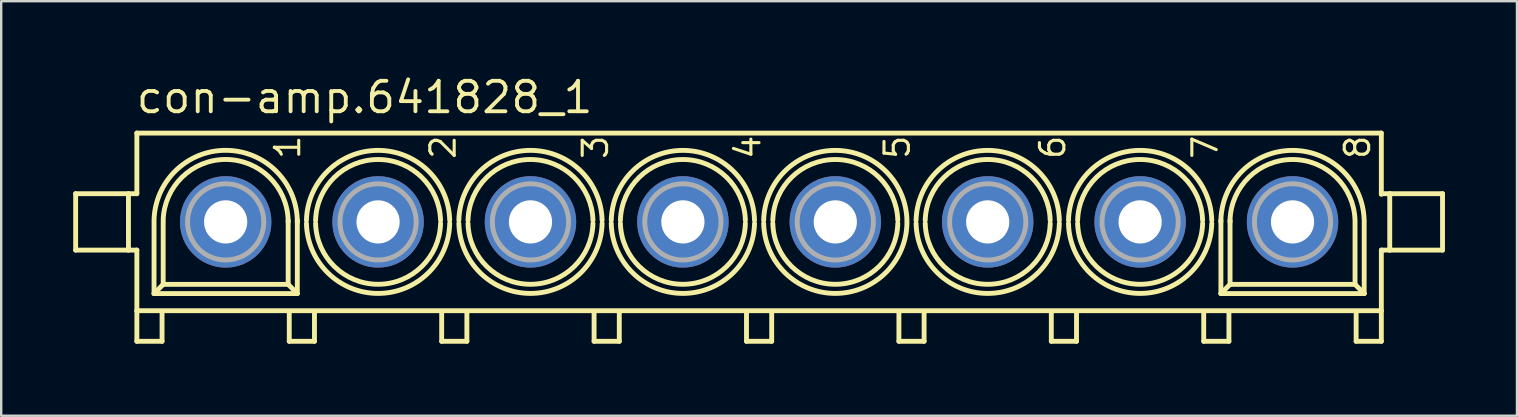
<source format=kicad_pcb>
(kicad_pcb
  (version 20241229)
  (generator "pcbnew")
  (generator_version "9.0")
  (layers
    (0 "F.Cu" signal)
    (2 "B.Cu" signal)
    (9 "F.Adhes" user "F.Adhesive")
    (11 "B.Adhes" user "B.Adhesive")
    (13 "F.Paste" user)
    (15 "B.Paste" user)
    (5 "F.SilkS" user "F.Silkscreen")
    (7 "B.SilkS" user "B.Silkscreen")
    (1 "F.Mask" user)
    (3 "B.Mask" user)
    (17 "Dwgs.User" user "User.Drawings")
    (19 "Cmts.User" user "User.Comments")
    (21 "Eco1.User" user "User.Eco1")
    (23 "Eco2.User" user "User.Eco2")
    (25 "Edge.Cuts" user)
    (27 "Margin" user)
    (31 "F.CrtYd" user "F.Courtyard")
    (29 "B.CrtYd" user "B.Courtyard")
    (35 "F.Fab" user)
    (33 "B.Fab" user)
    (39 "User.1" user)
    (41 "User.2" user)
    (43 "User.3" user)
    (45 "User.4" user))
  (footprint "con-amp.641828_1"
    (layer "F.Cu")
    (at 28.577 6.195)
    (property "Reference" "con-amp.641828_1" (at -26.035 -4.445 0) (layer "F.SilkS") (effects (font (size 1.27 1.27) (thickness 0.16)) (justify left bottom)))
    (attr through_hole)
    (fp_line (start -28.475 -1.175) (end -28.475 1.175) (stroke (width 0.203) (type default)) (layer "F.SilkS"))
    (fp_line (start -28.475 1.175) (end -26.3 1.175) (stroke (width 0.203) (type default)) (layer "F.SilkS"))
    (fp_line (start -26.3 -1.175) (end -28.475 -1.175) (stroke (width 0.203) (type default)) (layer "F.SilkS"))
    (fp_line (start -26.275 -1.175) (end -25.925 -1.175) (stroke (width 0.203) (type default)) (layer "F.SilkS"))
    (fp_line (start -26.275 1.175) (end -26.275 -1.175) (stroke (width 0.203) (type default)) (layer "F.SilkS"))
    (fp_line (start -25.925 -3.7) (end 25.925 -3.7) (stroke (width 0.203) (type default)) (layer "F.SilkS"))
    (fp_line (start -25.925 -1.175) (end -25.925 -3.7) (stroke (width 0.203) (type default)) (layer "F.SilkS"))
    (fp_line (start -25.925 1.175) (end -26.275 1.175) (stroke (width 0.203) (type default)) (layer "F.SilkS"))
    (fp_line (start -25.925 3.7) (end -25.925 1.175) (stroke (width 0.203) (type default)) (layer "F.SilkS"))
    (fp_line (start -25.925 3.725) (end -25.925 4.975) (stroke (width 0.203) (type default)) (layer "F.SilkS"))
    (fp_line (start -25.925 4.975) (end -24.875 4.975) (stroke (width 0.203) (type default)) (layer "F.SilkS"))
    (fp_line (start -25.209 2.985) (end -25.209 0) (stroke (width 0.203) (type default)) (layer "F.SilkS"))
    (fp_line (start -24.875 4.975) (end -24.875 3.8) (stroke (width 0.203) (type default)) (layer "F.SilkS"))
    (fp_line (start -24.828 2.604) (end -25.209 2.985) (stroke (width 0.203) (type default)) (layer "F.SilkS"))
    (fp_line (start -24.828 2.604) (end -24.828 0) (stroke (width 0.203) (type default)) (layer "F.SilkS"))
    (fp_line (start -19.622 -0.064) (end -19.622 0) (stroke (width 0.203) (type default)) (layer "F.SilkS"))
    (fp_line (start -19.621 0) (end -19.621 2.604) (stroke (width 0.203) (type default)) (layer "F.SilkS"))
    (fp_line (start -19.621 2.604) (end -24.828 2.604) (stroke (width 0.203) (type default)) (layer "F.SilkS"))
    (fp_line (start -19.621 2.604) (end -19.24 2.985) (stroke (width 0.203) (type default)) (layer "F.SilkS"))
    (fp_line (start -19.575 4.975) (end -19.575 3.775) (stroke (width 0.203) (type default)) (layer "F.SilkS"))
    (fp_line (start -19.241 -0.064) (end -19.241 0) (stroke (width 0.203) (type default)) (layer "F.SilkS"))
    (fp_line (start -19.24 0) (end -19.241 0) (stroke (width 0.203) (type default)) (layer "F.SilkS"))
    (fp_line (start -19.24 0) (end -19.24 2.985) (stroke (width 0.203) (type default)) (layer "F.SilkS"))
    (fp_line (start -19.24 2.985) (end -25.209 2.985) (stroke (width 0.203) (type default)) (layer "F.SilkS"))
    (fp_line (start -18.525 3.775) (end -18.525 4.975) (stroke (width 0.203) (type default)) (layer "F.SilkS"))
    (fp_line (start -18.525 4.975) (end -19.575 4.975) (stroke (width 0.203) (type default)) (layer "F.SilkS"))
    (fp_line (start -13.225 4.975) (end -13.225 3.775) (stroke (width 0.203) (type default)) (layer "F.SilkS"))
    (fp_line (start -12.175 3.775) (end -12.175 4.975) (stroke (width 0.203) (type default)) (layer "F.SilkS"))
    (fp_line (start -12.175 4.975) (end -13.225 4.975) (stroke (width 0.203) (type default)) (layer "F.SilkS"))
    (fp_line (start -6.875 4.975) (end -6.875 3.775) (stroke (width 0.203) (type default)) (layer "F.SilkS"))
    (fp_line (start -5.825 3.775) (end -5.825 4.975) (stroke (width 0.203) (type default)) (layer "F.SilkS"))
    (fp_line (start -5.825 4.975) (end -6.875 4.975) (stroke (width 0.203) (type default)) (layer "F.SilkS"))
    (fp_line (start -0.525 4.975) (end -0.525 3.775) (stroke (width 0.203) (type default)) (layer "F.SilkS"))
    (fp_line (start 0.525 3.775) (end 0.525 4.975) (stroke (width 0.203) (type default)) (layer "F.SilkS"))
    (fp_line (start 0.525 4.975) (end -0.525 4.975) (stroke (width 0.203) (type default)) (layer "F.SilkS"))
    (fp_line (start 5.825 4.975) (end 5.825 3.775) (stroke (width 0.203) (type default)) (layer "F.SilkS"))
    (fp_line (start 6.16 0) (end 6.159 0) (stroke (width 0.203) (type default)) (layer "F.SilkS"))
    (fp_line (start 6.875 3.775) (end 6.875 4.975) (stroke (width 0.203) (type default)) (layer "F.SilkS"))
    (fp_line (start 6.875 4.975) (end 5.825 4.975) (stroke (width 0.203) (type default)) (layer "F.SilkS"))
    (fp_line (start 12.175 4.975) (end 12.175 3.775) (stroke (width 0.203) (type default)) (layer "F.SilkS"))
    (fp_line (start 13.225 3.775) (end 13.225 4.975) (stroke (width 0.203) (type default)) (layer "F.SilkS"))
    (fp_line (start 13.225 4.975) (end 12.175 4.975) (stroke (width 0.203) (type default)) (layer "F.SilkS"))
    (fp_line (start 18.525 4.975) (end 18.525 3.775) (stroke (width 0.203) (type default)) (layer "F.SilkS"))
    (fp_line (start 19.24 0) (end 19.24 -0.064) (stroke (width 0.203) (type default)) (layer "F.SilkS"))
    (fp_line (start 19.241 2.985) (end 19.241 0) (stroke (width 0.203) (type default)) (layer "F.SilkS"))
    (fp_line (start 19.575 3.775) (end 19.575 4.975) (stroke (width 0.203) (type default)) (layer "F.SilkS"))
    (fp_line (start 19.575 4.975) (end 18.525 4.975) (stroke (width 0.203) (type default)) (layer "F.SilkS"))
    (fp_line (start 19.621 0) (end 19.621 -0.064) (stroke (width 0.203) (type default)) (layer "F.SilkS"))
    (fp_line (start 19.622 2.604) (end 19.241 2.985) (stroke (width 0.203) (type default)) (layer "F.SilkS"))
    (fp_line (start 19.622 2.604) (end 19.622 0) (stroke (width 0.203) (type default)) (layer "F.SilkS"))
    (fp_line (start 24.829 0) (end 24.829 2.604) (stroke (width 0.203) (type default)) (layer "F.SilkS"))
    (fp_line (start 24.829 2.604) (end 19.622 2.604) (stroke (width 0.203) (type default)) (layer "F.SilkS"))
    (fp_line (start 24.829 2.604) (end 25.21 2.985) (stroke (width 0.203) (type default)) (layer "F.SilkS"))
    (fp_line (start 24.875 4.975) (end 24.875 3.825) (stroke (width 0.203) (type default)) (layer "F.SilkS"))
    (fp_line (start 25.21 0) (end 25.21 2.985) (stroke (width 0.203) (type default)) (layer "F.SilkS"))
    (fp_line (start 25.21 2.985) (end 19.241 2.985) (stroke (width 0.203) (type default)) (layer "F.SilkS"))
    (fp_line (start 25.925 -3.7) (end 25.925 -1.175) (stroke (width 0.203) (type default)) (layer "F.SilkS"))
    (fp_line (start 25.925 -1.175) (end 25.925 -1.15) (stroke (width 0.203) (type default)) (layer "F.SilkS"))
    (fp_line (start 25.925 -1.175) (end 26.275 -1.175) (stroke (width 0.203) (type default)) (layer "F.SilkS"))
    (fp_line (start 25.925 1.175) (end 25.925 3.7) (stroke (width 0.203) (type default)) (layer "F.SilkS"))
    (fp_line (start 25.925 3.7) (end -25.925 3.7) (stroke (width 0.203) (type default)) (layer "F.SilkS"))
    (fp_line (start 25.925 3.75) (end 25.925 4.975) (stroke (width 0.203) (type default)) (layer "F.SilkS"))
    (fp_line (start 25.925 4.975) (end 24.875 4.975) (stroke (width 0.203) (type default)) (layer "F.SilkS"))
    (fp_line (start 26.275 -1.175) (end 26.275 1.175) (stroke (width 0.203) (type default)) (layer "F.SilkS"))
    (fp_line (start 26.275 1.175) (end 25.925 1.175) (stroke (width 0.203) (type default)) (layer "F.SilkS"))
    (fp_line (start 26.3 -1.175) (end 28.475 -1.175) (stroke (width 0.203) (type default)) (layer "F.SilkS"))
    (fp_line (start 28.475 -1.175) (end 28.475 1.175) (stroke (width 0.203) (type default)) (layer "F.SilkS"))
    (fp_line (start 28.475 1.175) (end 26.3 1.175) (stroke (width 0.203) (type default)) (layer "F.SilkS"))
    (fp_arc (start -25.2096 -0.0636) (mid -22.22515 -2.979945) (end -19.2407 -0.0636) (stroke (width 0.2032) (type default)) (layer "F.SilkS"))
    (fp_arc (start -24.8286 -0.0636) (mid -22.22515 -2.601886) (end -19.6217 -0.0636) (stroke (width 0.2032) (type default)) (layer "F.SilkS"))
    (fp_arc (start -18.8597 -0.0636) (mid -15.8752 -2.980093) (end -12.8907 -0.0636) (stroke (width 0.2032) (type default)) (layer "F.SilkS"))
    (fp_arc (start -18.4787 -0.0636) (mid -15.8752 -2.600085) (end -13.2717 -0.0636) (stroke (width 0.2032) (type default)) (layer "F.SilkS"))
    (fp_arc (start -13.2713 0.0636) (mid -15.8748 2.600085) (end -18.4783 0.0636) (stroke (width 0.2032) (type default)) (layer "F.SilkS"))
    (fp_arc (start -12.8903 0.0636) (mid -15.8748 2.980093) (end -18.8593 0.0636) (stroke (width 0.2032) (type default)) (layer "F.SilkS"))
    (fp_arc (start -12.5097 -0.0636) (mid -9.5252 -2.980093) (end -6.5407 -0.0636) (stroke (width 0.2032) (type default)) (layer "F.SilkS"))
    (fp_arc (start -12.1287 -0.0636) (mid -9.5252 -2.600085) (end -6.9217 -0.0636) (stroke (width 0.2032) (type default)) (layer "F.SilkS"))
    (fp_arc (start -6.9213 0.0636) (mid -9.5248 2.600085) (end -12.1283 0.0636) (stroke (width 0.2032) (type default)) (layer "F.SilkS"))
    (fp_arc (start -6.5403 0.0636) (mid -9.5248 2.980093) (end -12.5093 0.0636) (stroke (width 0.2032) (type default)) (layer "F.SilkS"))
    (fp_arc (start -6.1597 -0.0636) (mid -3.1752 -2.980093) (end -0.1907 -0.0636) (stroke (width 0.2032) (type default)) (layer "F.SilkS"))
    (fp_arc (start -5.7787 -0.0636) (mid -3.1752 -2.600085) (end -0.5717 -0.0636) (stroke (width 0.2032) (type default)) (layer "F.SilkS"))
    (fp_arc (start -0.5713 0.0636) (mid -3.1748 2.600085) (end -5.7783 0.0636) (stroke (width 0.2032) (type default)) (layer "F.SilkS"))
    (fp_arc (start -0.1903 0.0636) (mid -3.1748 2.980093) (end -6.1593 0.0636) (stroke (width 0.2032) (type default)) (layer "F.SilkS"))
    (fp_arc (start 0.1903 -0.0636) (mid 3.1748 -2.980093) (end 6.1593 -0.0636) (stroke (width 0.2032) (type default)) (layer "F.SilkS"))
    (fp_arc (start 0.5713 -0.0636) (mid 3.1748 -2.600085) (end 5.7783 -0.0636) (stroke (width 0.2032) (type default)) (layer "F.SilkS"))
    (fp_arc (start 5.7787 0.0636) (mid 3.1752 2.600085) (end 0.5717 0.0636) (stroke (width 0.2032) (type default)) (layer "F.SilkS"))
    (fp_arc (start 6.1597 0.0636) (mid 3.1752 2.980093) (end 0.1907 0.0636) (stroke (width 0.2032) (type default)) (layer "F.SilkS"))
    (fp_arc (start 6.5403 -0.0636) (mid 9.5248 -2.980093) (end 12.5093 -0.0636) (stroke (width 0.2032) (type default)) (layer "F.SilkS"))
    (fp_arc (start 6.9213 -0.0636) (mid 9.5248 -2.600085) (end 12.1283 -0.0636) (stroke (width 0.2032) (type default)) (layer "F.SilkS"))
    (fp_arc (start 12.1287 0.0636) (mid 9.5252 2.600085) (end 6.9217 0.0636) (stroke (width 0.2032) (type default)) (layer "F.SilkS"))
    (fp_arc (start 12.5097 0.0636) (mid 9.5252 2.980093) (end 6.5407 0.0636) (stroke (width 0.2032) (type default)) (layer "F.SilkS"))
    (fp_arc (start 12.8903 -0.0636) (mid 15.8748 -2.980093) (end 18.8593 -0.0636) (stroke (width 0.2032) (type default)) (layer "F.SilkS"))
    (fp_arc (start 13.2713 -0.0636) (mid 15.8748 -2.600085) (end 18.4783 -0.0636) (stroke (width 0.2032) (type default)) (layer "F.SilkS"))
    (fp_arc (start 18.4787 0.0636) (mid 15.8752 2.600085) (end 13.2717 0.0636) (stroke (width 0.2032) (type default)) (layer "F.SilkS"))
    (fp_arc (start 18.8597 0.0636) (mid 15.8752 2.980093) (end 12.8907 0.0636) (stroke (width 0.2032) (type default)) (layer "F.SilkS"))
    (fp_arc (start 19.2403 -0.0636) (mid 22.2248 -2.980093) (end 25.2093 -0.0636) (stroke (width 0.2032) (type default)) (layer "F.SilkS"))
    (fp_arc (start 19.6213 -0.0636) (mid 22.2248 -2.600085) (end 24.8283 -0.0636) (stroke (width 0.2032) (type default)) (layer "F.SilkS"))
    (fp_circle (center -22.225 0) (end -20.637 0) (stroke (width 0.203) (type default)) (fill no) (layer "F.Fab"))
    (fp_circle (center -15.875 0) (end -14.287 0) (stroke (width 0.203) (type default)) (fill no) (layer "F.Fab"))
    (fp_circle (center -9.525 0) (end -7.937 0) (stroke (width 0.203) (type default)) (fill no) (layer "F.Fab"))
    (fp_circle (center -3.175 0) (end -1.587 0) (stroke (width 0.203) (type default)) (fill no) (layer "F.Fab"))
    (fp_circle (center 3.175 0) (end 4.763 0) (stroke (width 0.203) (type default)) (fill no) (layer "F.Fab"))
    (fp_circle (center 9.525 0) (end 11.113 0) (stroke (width 0.203) (type default)) (fill no) (layer "F.Fab"))
    (fp_circle (center 15.875 0) (end 17.463 0) (stroke (width 0.203) (type default)) (fill no) (layer "F.Fab"))
    (fp_circle (center 22.225 0) (end 23.813 0) (stroke (width 0.203) (type default)) (fill no) (layer "F.Fab"))
    (fp_text user "7" (at 19.177 -2.54 90) (layer "F.SilkS") (effects (font (size 1.016 1.016) (thickness 0.13)) (justify left bottom)))
    (fp_text user "1" (at -19.05 -2.54 90) (layer "F.SilkS") (effects (font (size 1.016 1.016) (thickness 0.13)) (justify left bottom)))
    (fp_text user "5" (at 6.35 -2.54 90) (layer "F.SilkS") (effects (font (size 1.016 1.016) (thickness 0.13)) (justify left bottom)))
    (fp_text user "4" (at 0.127 -2.54 90) (layer "F.SilkS") (effects (font (size 1.016 1.016) (thickness 0.13)) (justify left bottom)))
    (fp_text user "2" (at -12.573 -2.54 90) (layer "F.SilkS") (effects (font (size 1.016 1.016) (thickness 0.13)) (justify left bottom)))
    (fp_text user "3" (at -6.223 -2.54 90) (layer "F.SilkS") (effects (font (size 1.016 1.016) (thickness 0.13)) (justify left bottom)))
    (fp_text user "8" (at 25.527 -2.54 90) (layer "F.SilkS") (effects (font (size 1.016 1.016) (thickness 0.13)) (justify left bottom)))
    (fp_text user "6" (at 12.827 -2.54 90) (layer "F.SilkS") (effects (font (size 1.016 1.016) (thickness 0.13)) (justify left bottom)))
    (pad "1" thru_hole circle (at -22.225 0) (size 3.81 3.81) (drill 1.8) (layers "*.Cu" "*.Mask"))
    (pad "2" thru_hole circle (at -15.875 0) (size 3.81 3.81) (drill 1.8) (layers "*.Cu" "*.Mask"))
    (pad "3" thru_hole circle (at -9.525 0) (size 3.81 3.81) (drill 1.8) (layers "*.Cu" "*.Mask"))
    (pad "4" thru_hole circle (at -3.175 0) (size 3.81 3.81) (drill 1.8) (layers "*.Cu" "*.Mask"))
    (pad "5" thru_hole circle (at 3.175 0) (size 3.81 3.81) (drill 1.8) (layers "*.Cu" "*.Mask"))
    (pad "6" thru_hole circle (at 9.525 0) (size 3.81 3.81) (drill 1.8) (layers "*.Cu" "*.Mask"))
    (pad "7" thru_hole circle (at 15.875 0) (size 3.81 3.81) (drill 1.8) (layers "*.Cu" "*.Mask"))
    (pad "8" thru_hole circle (at 22.225 0) (size 3.81 3.81) (drill 1.8) (layers "*.Cu" "*.Mask")))
  (gr_rect
    (start -3 -3)
    (end 60.153 14.272)
    (stroke (width 0.1) (type default))
    (fill no)
    (layer "Edge.Cuts")))
</source>
